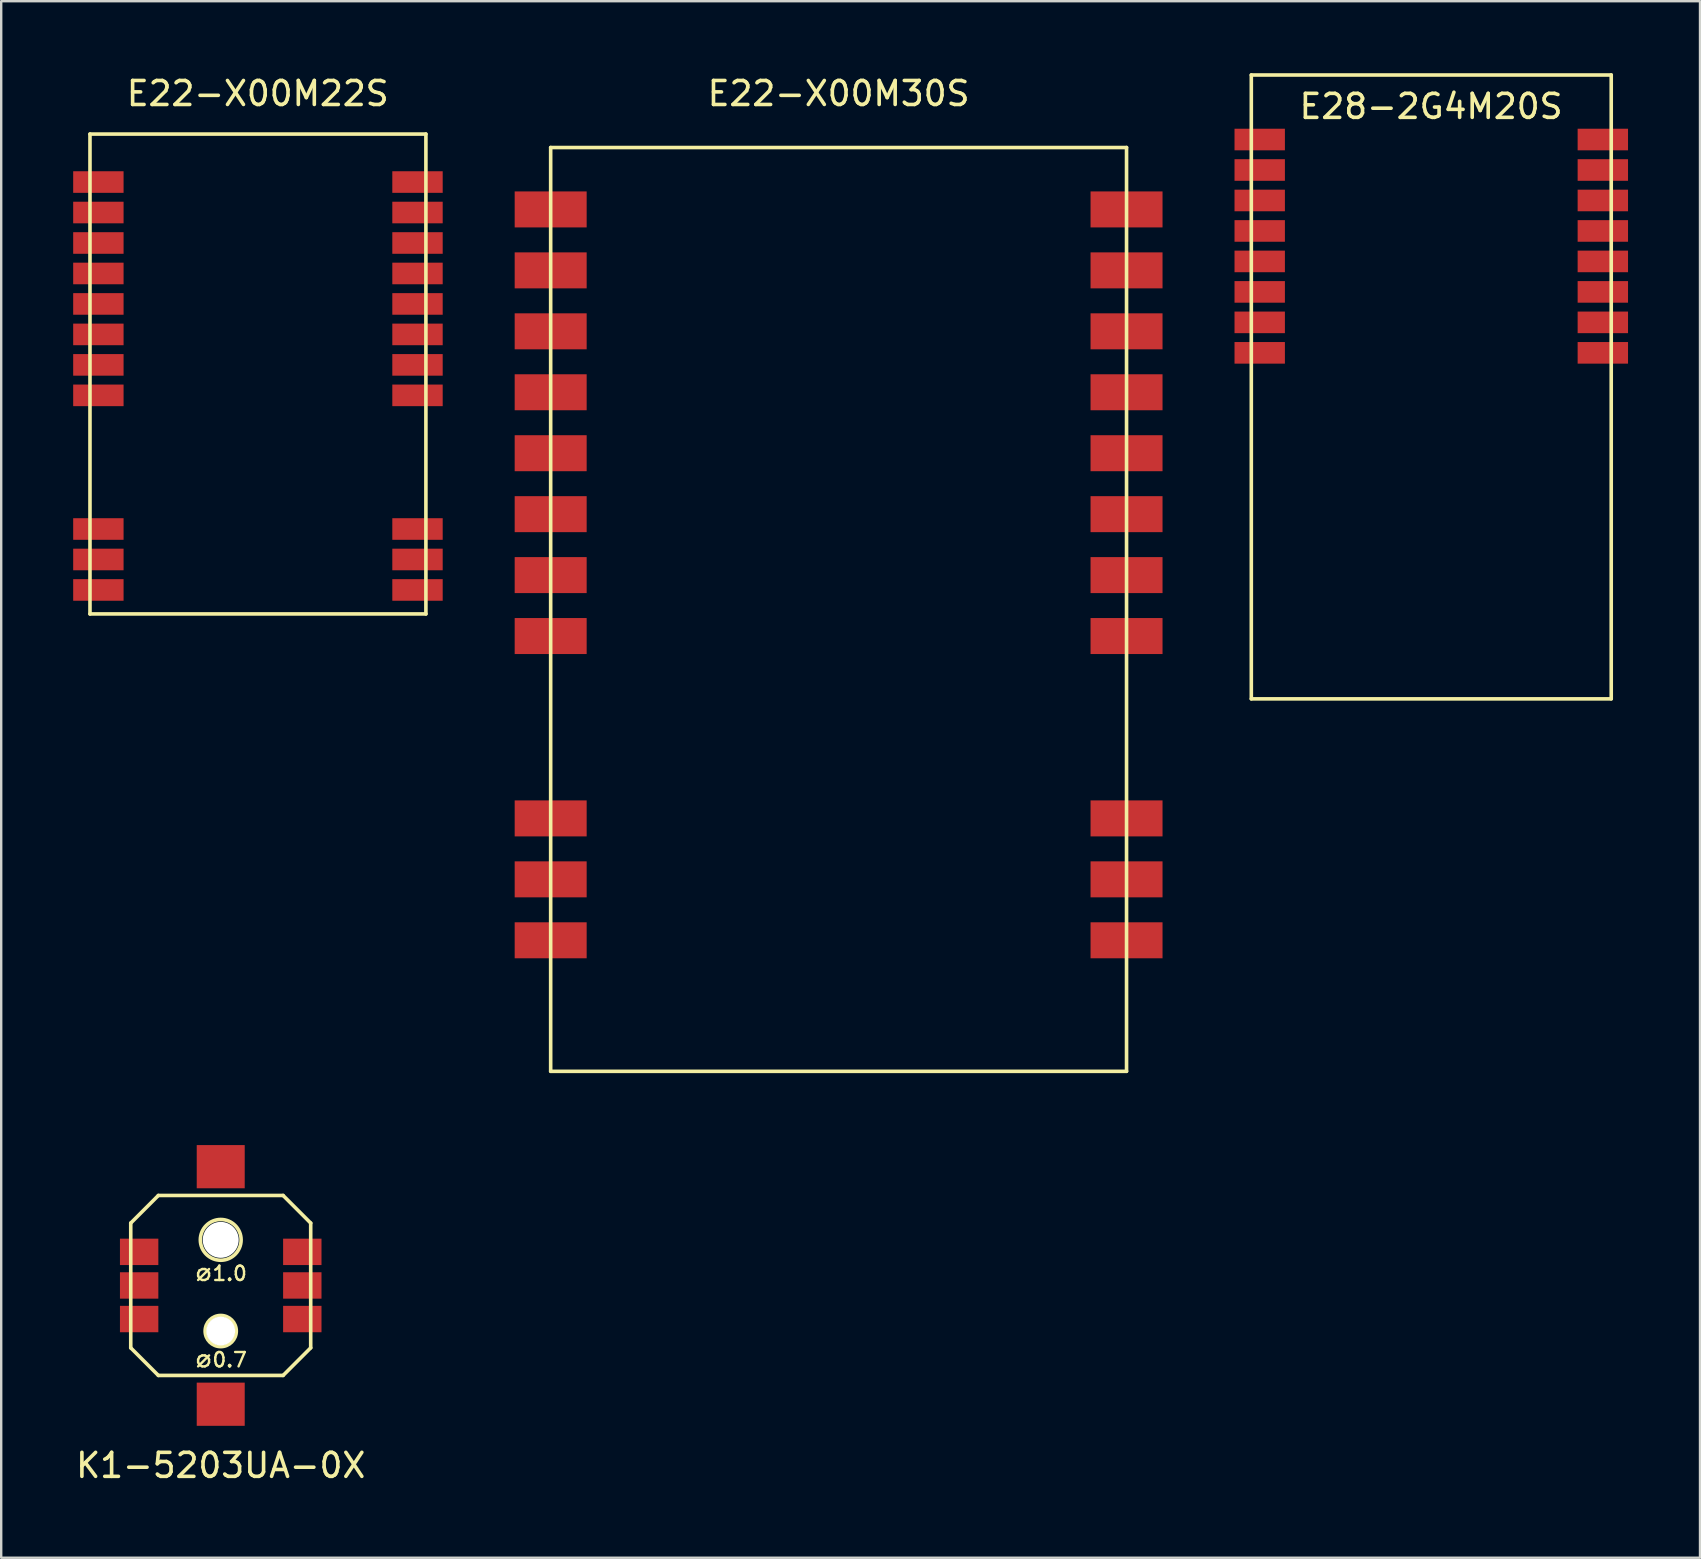
<source format=kicad_pcb>
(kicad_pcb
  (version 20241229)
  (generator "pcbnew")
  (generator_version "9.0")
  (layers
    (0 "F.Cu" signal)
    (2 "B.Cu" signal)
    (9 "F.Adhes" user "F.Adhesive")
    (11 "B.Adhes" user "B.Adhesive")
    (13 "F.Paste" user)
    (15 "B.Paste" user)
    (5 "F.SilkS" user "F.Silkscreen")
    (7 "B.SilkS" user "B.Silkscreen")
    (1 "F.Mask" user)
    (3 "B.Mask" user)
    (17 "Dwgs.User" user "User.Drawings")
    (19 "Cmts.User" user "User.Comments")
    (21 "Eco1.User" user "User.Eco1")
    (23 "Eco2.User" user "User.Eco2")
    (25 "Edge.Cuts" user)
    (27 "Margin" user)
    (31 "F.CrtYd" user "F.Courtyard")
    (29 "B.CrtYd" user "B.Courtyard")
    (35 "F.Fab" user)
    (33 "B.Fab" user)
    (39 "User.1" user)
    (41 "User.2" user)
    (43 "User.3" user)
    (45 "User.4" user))
  (footprint "K1-5203UA-0X"
    (layer "F.Cu")
    (at 6.149 50.523)
    (property "Reference" "K1-5203UA-0X" (at 0 7.5 0) (layer "F.SilkS") (effects (font (size 1 1) (thickness 0.15))))
    (attr through_hole)
    (fp_line (start -3.75 -2.6) (end -3.75 2.6) (stroke (width 0.15) (type solid)) (layer "F.SilkS"))
    (fp_line (start -3.75 -2.6) (end -2.6 -3.75) (stroke (width 0.15) (type solid)) (layer "F.SilkS"))
    (fp_line (start -3.75 2.6) (end -2.6 3.75) (stroke (width 0.15) (type solid)) (layer "F.SilkS"))
    (fp_line (start -2.6 -3.75) (end 2.6 -3.75) (stroke (width 0.15) (type solid)) (layer "F.SilkS"))
    (fp_line (start -2.6 3.75) (end 2.6 3.75) (stroke (width 0.15) (type solid)) (layer "F.SilkS"))
    (fp_line (start 2.6 3.75) (end 3.75 2.6) (stroke (width 0.15) (type solid)) (layer "F.SilkS"))
    (fp_line (start 3.75 -2.6) (end 2.6 -3.75) (stroke (width 0.15) (type solid)) (layer "F.SilkS"))
    (fp_line (start 3.75 -2.6) (end 3.75 2.6) (stroke (width 0.15) (type solid)) (layer "F.SilkS"))
    (fp_circle (center 0 -1.9) (end 0.85 -1.9) (stroke (width 0.15) (type solid)) (fill no) (layer "F.SilkS"))
    (fp_circle (center 0 1.9) (end 0.65 1.9) (stroke (width 0.15) (type solid)) (fill no) (layer "F.SilkS"))
    (fp_text user "⌀0.7" (at 0 3.1 0) (layer "F.SilkS") (effects (font (size 0.6 0.6) (thickness 0.1))))
    (fp_text user "⌀1.0" (at 0 -0.5 0) (layer "F.SilkS") (effects (font (size 0.6 0.6) (thickness 0.1))))
    (pad "" smd rect (at 0 -4.95) (size 2 1.8) (layers "F.Cu" "F.Mask" "F.Paste"))
    (pad "" np_thru_hole circle (at 0 -1.9) (size 1.5 1.5) (drill 1.5) (layers "*.Cu" "*.Mask"))
    (pad "" np_thru_hole circle (at 0 1.9) (size 1.2 1.2) (drill 1.2) (layers "*.Cu" "*.Mask"))
    (pad "" smd rect (at 0 4.95) (size 2 1.8) (layers "F.Cu" "F.Mask" "F.Paste"))
    (pad "1" smd rect (at 3.4 1.4) (size 1.6 1.1) (layers "F.Cu" "F.Mask" "F.Paste"))
    (pad "2" smd rect (at 3.4 0) (size 1.6 1.1) (layers "F.Cu" "F.Mask" "F.Paste"))
    (pad "3" smd rect (at 3.4 -1.4) (size 1.6 1.1) (layers "F.Cu" "F.Mask" "F.Paste"))
    (pad "4" smd rect (at -3.4 1.4) (size 1.6 1.1) (layers "F.Cu" "F.Mask" "F.Paste"))
    (pad "5" smd rect (at -3.4 0) (size 1.6 1.1) (layers "F.Cu" "F.Mask" "F.Paste"))
    (pad "6" smd rect (at -3.4 -1.4) (size 1.6 1.1) (layers "F.Cu" "F.Mask" "F.Paste")))
  (footprint "E28-2G4M20S"
    (layer "F.Cu")
    (at 56.6 13.075)
    (property "Reference" "E28-2G4M20S" (at -0.008 -11.689 0) (layer "F.SilkS") (effects (font (size 1 1) (thickness 0.15))))
    (attr through_hole)
    (fp_line (start -7.5 -13) (end -7.5 13) (stroke (width 0.15) (type solid)) (layer "F.SilkS"))
    (fp_line (start -7.5 -13) (end 7.5 -13) (stroke (width 0.15) (type solid)) (layer "F.SilkS"))
    (fp_line (start -7.5 13) (end 7.5 13) (stroke (width 0.15) (type solid)) (layer "F.SilkS"))
    (fp_line (start 7.5 -13) (end 7.5 13) (stroke (width 0.15) (type solid)) (layer "F.SilkS"))
    (pad "1" smd rect (at -7.15 -10.31) (size 2.1 0.9) (layers "F.Cu" "F.Mask" "F.Paste"))
    (pad "2" smd rect (at -7.15 -9.04) (size 2.1 0.9) (layers "F.Cu" "F.Mask" "F.Paste"))
    (pad "3" smd rect (at -7.15 -7.77) (size 2.1 0.9) (layers "F.Cu" "F.Mask" "F.Paste"))
    (pad "4" smd rect (at -7.15 -6.5) (size 2.1 0.9) (layers "F.Cu" "F.Mask" "F.Paste"))
    (pad "5" smd rect (at -7.15 -5.23) (size 2.1 0.9) (layers "F.Cu" "F.Mask" "F.Paste"))
    (pad "6" smd rect (at -7.15 -3.96) (size 2.1 0.9) (layers "F.Cu" "F.Mask" "F.Paste"))
    (pad "7" smd rect (at -7.15 -2.69) (size 2.1 0.9) (layers "F.Cu" "F.Mask" "F.Paste"))
    (pad "8" smd rect (at -7.15 -1.42) (size 2.1 0.9) (layers "F.Cu" "F.Mask" "F.Paste"))
    (pad "9" smd rect (at 7.15 -1.42) (size 2.1 0.9) (layers "F.Cu" "F.Mask" "F.Paste"))
    (pad "10" smd rect (at 7.15 -2.69) (size 2.1 0.9) (layers "F.Cu" "F.Mask" "F.Paste"))
    (pad "11" smd rect (at 7.15 -3.96) (size 2.1 0.9) (layers "F.Cu" "F.Mask" "F.Paste"))
    (pad "12" smd rect (at 7.15 -5.23) (size 2.1 0.9) (layers "F.Cu" "F.Mask" "F.Paste"))
    (pad "13" smd rect (at 7.15 -6.5) (size 2.1 0.9) (layers "F.Cu" "F.Mask" "F.Paste"))
    (pad "14" smd rect (at 7.15 -7.77) (size 2.1 0.9) (layers "F.Cu" "F.Mask" "F.Paste"))
    (pad "15" smd rect (at 7.15 -9.04) (size 2.1 0.9) (layers "F.Cu" "F.Mask" "F.Paste"))
    (pad "16" smd rect (at 7.15 -10.31) (size 2.1 0.9) (layers "F.Cu" "F.Mask" "F.Paste")))
  (footprint "E22-X00M30S"
    (layer "F.Cu")
    (at 31.9 22.348)
    (property "Reference" "E22-X00M30S" (at 0 -21.5 0) (layer "F.SilkS") (effects (font (size 1 1) (thickness 0.15))))
    (attr through_hole)
    (fp_line (start -12 -19.25) (end -12 19.25) (stroke (width 0.15) (type solid)) (layer "F.SilkS"))
    (fp_line (start -12 -19.25) (end 12 -19.25) (stroke (width 0.15) (type solid)) (layer "F.SilkS"))
    (fp_line (start -12 19.25) (end 12 19.25) (stroke (width 0.15) (type solid)) (layer "F.SilkS"))
    (fp_line (start 12 -19.25) (end 12 19.25) (stroke (width 0.15) (type solid)) (layer "F.SilkS"))
    (pad "1" smd rect (at 12 13.79) (size 3 1.5) (layers "F.Cu" "F.Mask" "F.Paste"))
    (pad "2" smd rect (at 12 11.25) (size 3 1.5) (layers "F.Cu" "F.Mask" "F.Paste"))
    (pad "3" smd rect (at 12 8.71) (size 3 1.5) (layers "F.Cu" "F.Mask" "F.Paste"))
    (pad "4" smd rect (at 12 1.11) (size 3 1.5) (layers "F.Cu" "F.Mask" "F.Paste"))
    (pad "5" smd rect (at 12 -1.43) (size 3 1.5) (layers "F.Cu" "F.Mask" "F.Paste"))
    (pad "6" smd rect (at 12 -3.97) (size 3 1.5) (layers "F.Cu" "F.Mask" "F.Paste"))
    (pad "7" smd rect (at 12 -6.51) (size 3 1.5) (layers "F.Cu" "F.Mask" "F.Paste"))
    (pad "8" smd rect (at 12 -9.05) (size 3 1.5) (layers "F.Cu" "F.Mask" "F.Paste"))
    (pad "9" smd rect (at 12 -11.59) (size 3 1.5) (layers "F.Cu" "F.Mask" "F.Paste"))
    (pad "10" smd rect (at 12 -14.13) (size 3 1.5) (layers "F.Cu" "F.Mask" "F.Paste"))
    (pad "11" smd rect (at 12 -16.67) (size 3 1.5) (layers "F.Cu" "F.Mask" "F.Paste"))
    (pad "12" smd rect (at -12 -16.67) (size 3 1.5) (layers "F.Cu" "F.Mask" "F.Paste"))
    (pad "13" smd rect (at -12 -14.13) (size 3 1.5) (layers "F.Cu" "F.Mask" "F.Paste"))
    (pad "14" smd rect (at -12 -11.59) (size 3 1.5) (layers "F.Cu" "F.Mask" "F.Paste"))
    (pad "15" smd rect (at -12 -9.05) (size 3 1.5) (layers "F.Cu" "F.Mask" "F.Paste"))
    (pad "16" smd rect (at -12 -6.51) (size 3 1.5) (layers "F.Cu" "F.Mask" "F.Paste"))
    (pad "17" smd rect (at -12 -3.97) (size 3 1.5) (layers "F.Cu" "F.Mask" "F.Paste"))
    (pad "18" smd rect (at -12 -1.43) (size 3 1.5) (layers "F.Cu" "F.Mask" "F.Paste"))
    (pad "19" smd rect (at -12 1.11) (size 3 1.5) (layers "F.Cu" "F.Mask" "F.Paste"))
    (pad "20" smd rect (at -12 8.71) (size 3 1.5) (layers "F.Cu" "F.Mask" "F.Paste"))
    (pad "21" smd rect (at -12 11.25) (size 3 1.5) (layers "F.Cu" "F.Mask" "F.Paste"))
    (pad "22" smd rect (at -12 13.79) (size 3 1.5) (layers "F.Cu" "F.Mask" "F.Paste")))
  (footprint "E22-X00M22S"
    (layer "F.Cu")
    (at 7.7 12.537)
    (property "Reference" "E22-X00M22S" (at -0.008 -11.689 0) (layer "F.SilkS") (effects (font (size 1 1) (thickness 0.15))))
    (attr through_hole)
    (fp_line (start -7 -10) (end -7 10) (stroke (width 0.15) (type solid)) (layer "F.SilkS"))
    (fp_line (start -7 -10) (end 7 -10) (stroke (width 0.15) (type solid)) (layer "F.SilkS"))
    (fp_line (start -7 10) (end 7 10) (stroke (width 0.15) (type solid)) (layer "F.SilkS"))
    (fp_line (start 7 -10) (end 7 10) (stroke (width 0.15) (type solid)) (layer "F.SilkS"))
    (pad "1" smd rect (at 6.65 9) (size 2.1 0.9) (layers "F.Cu" "F.Mask" "F.Paste"))
    (pad "2" smd rect (at 6.65 7.73) (size 2.1 0.9) (layers "F.Cu" "F.Mask" "F.Paste"))
    (pad "3" smd rect (at 6.65 6.46) (size 2.1 0.9) (layers "F.Cu" "F.Mask" "F.Paste"))
    (pad "4" smd rect (at 6.65 0.89) (size 2.1 0.9) (layers "F.Cu" "F.Mask" "F.Paste"))
    (pad "5" smd rect (at 6.65 -0.38) (size 2.1 0.9) (layers "F.Cu" "F.Mask" "F.Paste"))
    (pad "6" smd rect (at 6.65 -1.65) (size 2.1 0.9) (layers "F.Cu" "F.Mask" "F.Paste"))
    (pad "7" smd rect (at 6.65 -2.92) (size 2.1 0.9) (layers "F.Cu" "F.Mask" "F.Paste"))
    (pad "8" smd rect (at 6.65 -4.19) (size 2.1 0.9) (layers "F.Cu" "F.Mask" "F.Paste"))
    (pad "9" smd rect (at 6.65 -5.46) (size 2.1 0.9) (layers "F.Cu" "F.Mask" "F.Paste"))
    (pad "10" smd rect (at 6.65 -6.73) (size 2.1 0.9) (layers "F.Cu" "F.Mask" "F.Paste"))
    (pad "11" smd rect (at 6.65 -8) (size 2.1 0.9) (layers "F.Cu" "F.Mask" "F.Paste"))
    (pad "12" smd rect (at -6.65 -8) (size 2.1 0.9) (layers "F.Cu" "F.Mask" "F.Paste"))
    (pad "13" smd rect (at -6.65 -6.73) (size 2.1 0.9) (layers "F.Cu" "F.Mask" "F.Paste"))
    (pad "14" smd rect (at -6.65 -5.46) (size 2.1 0.9) (layers "F.Cu" "F.Mask" "F.Paste"))
    (pad "15" smd rect (at -6.65 -4.19) (size 2.1 0.9) (layers "F.Cu" "F.Mask" "F.Paste"))
    (pad "16" smd rect (at -6.65 -2.92) (size 2.1 0.9) (layers "F.Cu" "F.Mask" "F.Paste"))
    (pad "17" smd rect (at -6.65 -1.65) (size 2.1 0.9) (layers "F.Cu" "F.Mask" "F.Paste"))
    (pad "18" smd rect (at -6.65 -0.38) (size 2.1 0.9) (layers "F.Cu" "F.Mask" "F.Paste"))
    (pad "19" smd rect (at -6.65 0.89) (size 2.1 0.9) (layers "F.Cu" "F.Mask" "F.Paste"))
    (pad "20" smd rect (at -6.65 6.46) (size 2.1 0.9) (layers "F.Cu" "F.Mask" "F.Paste"))
    (pad "21" smd rect (at -6.65 7.73) (size 2.1 0.9) (layers "F.Cu" "F.Mask" "F.Paste"))
    (pad "22" smd rect (at -6.65 9) (size 2.1 0.9) (layers "F.Cu" "F.Mask" "F.Paste")))
  (gr_rect
    (start -3 -3)
    (end 67.8 61.871)
    (stroke (width 0.1) (type default))
    (fill no)
    (layer "Edge.Cuts")))
</source>
